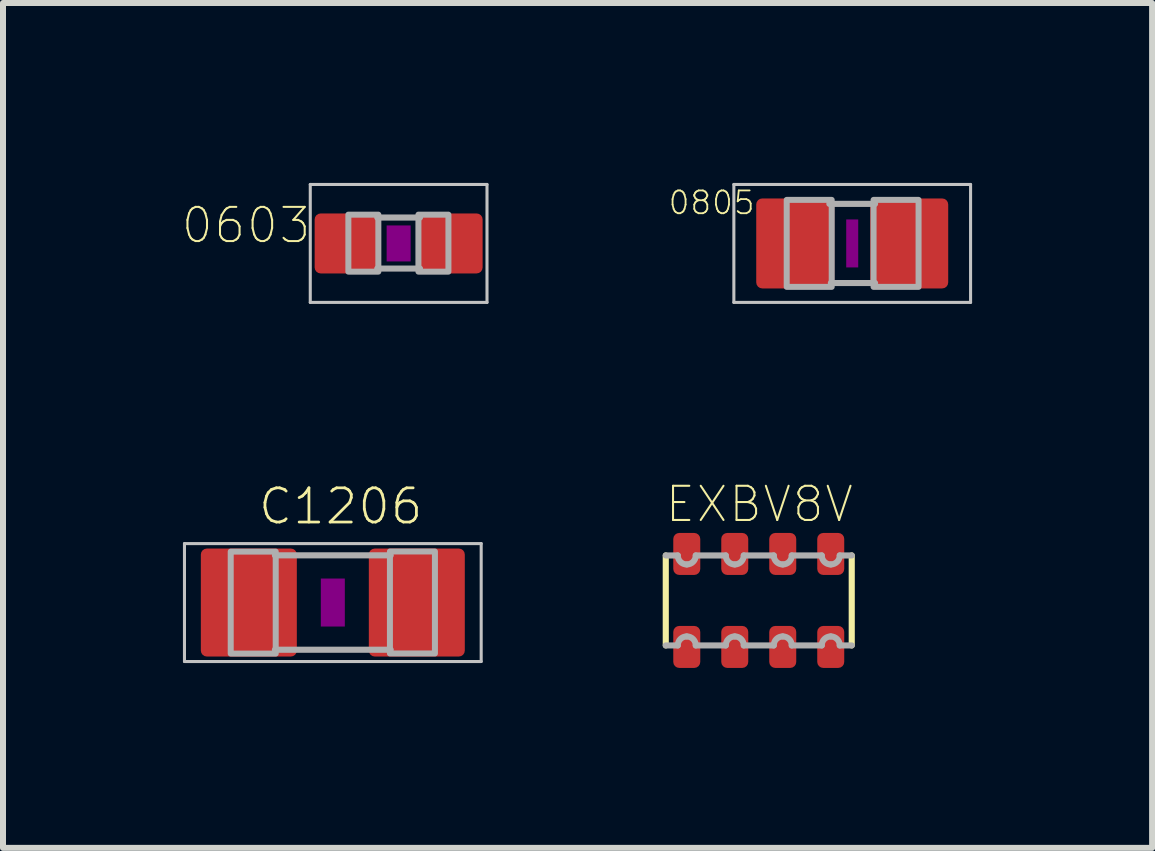
<source format=kicad_pcb>
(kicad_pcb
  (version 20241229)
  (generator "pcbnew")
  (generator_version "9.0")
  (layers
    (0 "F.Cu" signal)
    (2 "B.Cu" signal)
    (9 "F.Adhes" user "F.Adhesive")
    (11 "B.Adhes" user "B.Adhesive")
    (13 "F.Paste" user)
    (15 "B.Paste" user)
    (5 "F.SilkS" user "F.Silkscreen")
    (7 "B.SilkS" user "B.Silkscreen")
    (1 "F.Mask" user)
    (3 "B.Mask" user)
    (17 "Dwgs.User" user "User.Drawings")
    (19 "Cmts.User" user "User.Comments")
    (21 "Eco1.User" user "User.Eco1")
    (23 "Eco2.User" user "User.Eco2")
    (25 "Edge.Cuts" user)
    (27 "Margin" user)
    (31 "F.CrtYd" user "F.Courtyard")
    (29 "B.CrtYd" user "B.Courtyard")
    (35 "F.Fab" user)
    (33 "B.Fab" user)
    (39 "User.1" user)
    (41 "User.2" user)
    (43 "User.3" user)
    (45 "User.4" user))
  (footprint "C1206"
    (layer "F.Cu")
    (at 2.498 6.994)
    (property "Reference" "C1206" (at -1.27 -1.27 0) (layer "F.SilkS") (effects (font (size 0.57 0.57) (thickness 0.046)) (justify left bottom)))
    (attr through_hole)
    (fp_poly (pts (xy -0.2 0.4) (xy 0.2 0.4) (xy 0.2 -0.4) (xy -0.2 -0.4)) (stroke (width 0) (type solid)) (fill yes) (layer "F.Adhes"))
    (fp_line (start -2.473 -0.983) (end 2.473 -0.983) (stroke (width 0.051) (type solid)) (layer "Dwgs.User"))
    (fp_line (start -2.473 0.983) (end -2.473 -0.983) (stroke (width 0.051) (type solid)) (layer "Dwgs.User"))
    (fp_line (start 2.473 -0.983) (end 2.473 0.983) (stroke (width 0.051) (type solid)) (layer "Dwgs.User"))
    (fp_line (start 2.473 0.983) (end -2.473 0.983) (stroke (width 0.051) (type solid)) (layer "Dwgs.User"))
    (fp_line (start -0.965 -0.787) (end 0.965 -0.787) (stroke (width 0.102) (type solid)) (layer "F.Fab"))
    (fp_line (start -0.965 0.787) (end 0.965 0.787) (stroke (width 0.102) (type solid)) (layer "F.Fab"))
    (fp_poly (pts (xy -1.702 0.851) (xy -0.952 0.851) (xy -0.952 -0.849) (xy -1.702 -0.849)) (stroke (width 0.1) (type solid)) (fill no) (layer "F.Fab"))
    (fp_poly (pts (xy 0.952 0.849) (xy 1.702 0.849) (xy 1.702 -0.851) (xy 0.952 -0.851)) (stroke (width 0.1) (type solid)) (fill no) (layer "F.Fab"))
    (pad "1" smd roundrect (at -1.4 0) (size 1.6 1.8) (layers "F.Cu" "F.Mask" "F.Paste") (roundrect_rratio 0.062))
    (pad "2" smd roundrect (at 1.4 0) (size 1.6 1.8) (layers "F.Cu" "F.Mask" "F.Paste") (roundrect_rratio 0.062)))
  (footprint "EXBV8V"
    (layer "F.Cu")
    (at 9.598 6.959)
    (property "Reference" "EXBV8V" (at -1.587 -1.27 0) (layer "F.SilkS") (effects (font (size 0.57 0.57) (thickness 0.034)) (justify left bottom)))
    (attr through_hole)
    (fp_line (start -1.55 0.75) (end -1.55 -0.75) (stroke (width 0.102) (type solid)) (layer "F.SilkS"))
    (fp_line (start 1.55 -0.75) (end 1.55 0.75) (stroke (width 0.102) (type solid)) (layer "F.SilkS"))
    (fp_line (start -1.55 -0.75) (end -1.35 -0.75) (stroke (width 0.102) (type solid)) (layer "F.Fab"))
    (fp_line (start -1.35 0.75) (end -1.55 0.75) (stroke (width 0.102) (type solid)) (layer "F.Fab"))
    (fp_line (start -1.05 -0.75) (end -0.55 -0.75) (stroke (width 0.102) (type solid)) (layer "F.Fab"))
    (fp_line (start -0.55 0.75) (end -1.05 0.75) (stroke (width 0.102) (type solid)) (layer "F.Fab"))
    (fp_line (start -0.25 -0.75) (end 0.25 -0.75) (stroke (width 0.102) (type solid)) (layer "F.Fab"))
    (fp_line (start 0.25 0.75) (end -0.25 0.75) (stroke (width 0.102) (type solid)) (layer "F.Fab"))
    (fp_line (start 0.55 -0.75) (end 1.05 -0.75) (stroke (width 0.102) (type solid)) (layer "F.Fab"))
    (fp_line (start 1.05 0.75) (end 0.55 0.75) (stroke (width 0.102) (type solid)) (layer "F.Fab"))
    (fp_line (start 1.35 -0.75) (end 1.55 -0.75) (stroke (width 0.102) (type solid)) (layer "F.Fab"))
    (fp_line (start 1.55 0.75) (end 1.35 0.75) (stroke (width 0.102) (type solid)) (layer "F.Fab"))
    (fp_arc (start -1.35 0.75) (mid -1.306066 0.643934) (end -1.2 0.6) (stroke (width 0.1016) (type solid)) (layer "F.Fab"))
    (fp_arc (start -1.2 -0.6) (mid -1.306066 -0.643934) (end -1.35 -0.75) (stroke (width 0.1016) (type solid)) (layer "F.Fab"))
    (fp_arc (start -1.2 0.6) (mid -1.093934 0.643934) (end -1.05 0.75) (stroke (width 0.1016) (type solid)) (layer "F.Fab"))
    (fp_arc (start -1.05 -0.75) (mid -1.093934 -0.643934) (end -1.2 -0.6) (stroke (width 0.1016) (type solid)) (layer "F.Fab"))
    (fp_arc (start -0.55 0.75) (mid -0.506066 0.643934) (end -0.4 0.6) (stroke (width 0.1016) (type solid)) (layer "F.Fab"))
    (fp_arc (start -0.4 -0.6) (mid -0.506066 -0.643934) (end -0.55 -0.75) (stroke (width 0.1016) (type solid)) (layer "F.Fab"))
    (fp_arc (start -0.4 0.6) (mid -0.293934 0.643934) (end -0.25 0.75) (stroke (width 0.1016) (type solid)) (layer "F.Fab"))
    (fp_arc (start -0.25 -0.75) (mid -0.293934 -0.643934) (end -0.4 -0.6) (stroke (width 0.1016) (type solid)) (layer "F.Fab"))
    (fp_arc (start 0.25 0.75) (mid 0.293934 0.643934) (end 0.4 0.6) (stroke (width 0.1016) (type solid)) (layer "F.Fab"))
    (fp_arc (start 0.4 -0.6) (mid 0.293934 -0.643934) (end 0.25 -0.75) (stroke (width 0.1016) (type solid)) (layer "F.Fab"))
    (fp_arc (start 0.4 0.6) (mid 0.506066 0.643934) (end 0.55 0.75) (stroke (width 0.1016) (type solid)) (layer "F.Fab"))
    (fp_arc (start 0.55 -0.75) (mid 0.506066 -0.643934) (end 0.4 -0.6) (stroke (width 0.1016) (type solid)) (layer "F.Fab"))
    (fp_arc (start 1.05 0.75) (mid 1.093934 0.643934) (end 1.2 0.6) (stroke (width 0.1016) (type solid)) (layer "F.Fab"))
    (fp_arc (start 1.2 -0.6) (mid 1.093934 -0.643934) (end 1.05 -0.75) (stroke (width 0.1016) (type solid)) (layer "F.Fab"))
    (fp_arc (start 1.2 0.6) (mid 1.306066 0.643934) (end 1.35 0.75) (stroke (width 0.1016) (type solid)) (layer "F.Fab"))
    (fp_arc (start 1.35 -0.75) (mid 1.306066 -0.643934) (end 1.2 -0.6) (stroke (width 0.1016) (type solid)) (layer "F.Fab"))
    (pad "1" smd roundrect (at -1.2 0.775) (size 0.45 0.7) (layers "F.Cu" "F.Mask" "F.Paste") (roundrect_rratio 0.222))
    (pad "2" smd roundrect (at -0.4 0.775) (size 0.45 0.7) (layers "F.Cu" "F.Mask" "F.Paste") (roundrect_rratio 0.222))
    (pad "3" smd roundrect (at 0.4 0.775) (size 0.45 0.7) (layers "F.Cu" "F.Mask" "F.Paste") (roundrect_rratio 0.222))
    (pad "4" smd roundrect (at 1.2 0.775) (size 0.45 0.7) (layers "F.Cu" "F.Mask" "F.Paste") (roundrect_rratio 0.222))
    (pad "5" smd roundrect (at 1.2 -0.775 180) (size 0.45 0.7) (layers "F.Cu" "F.Mask" "F.Paste") (roundrect_rratio 0.222))
    (pad "6" smd roundrect (at 0.4 -0.775 180) (size 0.45 0.7) (layers "F.Cu" "F.Mask" "F.Paste") (roundrect_rratio 0.222))
    (pad "7" smd roundrect (at -0.4 -0.775 180) (size 0.45 0.7) (layers "F.Cu" "F.Mask" "F.Paste") (roundrect_rratio 0.222))
    (pad "8" smd roundrect (at -1.2 -0.775 180) (size 0.45 0.7) (layers "F.Cu" "F.Mask" "F.Paste") (roundrect_rratio 0.222)))
  (footprint "0805"
    (layer "F.Cu")
    (at 11.156 1.008)
    (property "Reference" "0805" (at -1.6 -0.9 180) (layer "F.SilkS") (effects (font (size 0.38 0.38) (thickness 0.03)) (justify right top)))
    (attr through_hole)
    (fp_poly (pts (xy -0.1 0.4) (xy 0.1 0.4) (xy 0.1 -0.4) (xy -0.1 -0.4)) (stroke (width 0) (type solid)) (fill yes) (layer "F.Adhes"))
    (fp_line (start -1.973 -0.983) (end 1.973 -0.983) (stroke (width 0.051) (type solid)) (layer "Dwgs.User"))
    (fp_line (start -1.973 0.983) (end -1.973 -0.983) (stroke (width 0.051) (type solid)) (layer "Dwgs.User"))
    (fp_line (start 1.973 -0.983) (end 1.973 0.983) (stroke (width 0.051) (type solid)) (layer "Dwgs.User"))
    (fp_line (start 1.973 0.983) (end -1.973 0.983) (stroke (width 0.051) (type solid)) (layer "Dwgs.User"))
    (fp_line (start -0.381 -0.66) (end 0.381 -0.66) (stroke (width 0.102) (type solid)) (layer "F.Fab"))
    (fp_line (start -0.356 0.66) (end 0.381 0.66) (stroke (width 0.102) (type solid)) (layer "F.Fab"))
    (fp_poly (pts (xy -1.092 0.724) (xy -0.342 0.724) (xy -0.342 -0.726) (xy -1.092 -0.726)) (stroke (width 0.1) (type solid)) (fill no) (layer "F.Fab"))
    (fp_poly (pts (xy 0.356 0.724) (xy 1.106 0.724) (xy 1.106 -0.726) (xy 0.356 -0.726)) (stroke (width 0.1) (type solid)) (fill no) (layer "F.Fab"))
    (pad "1" smd roundrect (at -0.95 0) (size 1.3 1.5) (layers "F.Cu" "F.Mask" "F.Paste") (roundrect_rratio 0.077))
    (pad "2" smd roundrect (at 0.95 0) (size 1.3 1.5) (layers "F.Cu" "F.Mask" "F.Paste") (roundrect_rratio 0.077)))
  (footprint "0603"
    (layer "F.Cu")
    (at 3.595 1.008)
    (property "Reference" "0603" (at -1.435 -0.635 180) (layer "F.SilkS") (effects (font (size 0.57 0.57) (thickness 0.034)) (justify right top)))
    (attr through_hole)
    (fp_poly (pts (xy -0.2 0.3) (xy 0.2 0.3) (xy 0.2 -0.3) (xy -0.2 -0.3)) (stroke (width 0) (type solid)) (fill yes) (layer "F.Adhes"))
    (fp_line (start -1.473 -0.983) (end 1.473 -0.983) (stroke (width 0.051) (type solid)) (layer "Dwgs.User"))
    (fp_line (start -1.473 0.983) (end -1.473 -0.983) (stroke (width 0.051) (type solid)) (layer "Dwgs.User"))
    (fp_line (start 1.473 -0.983) (end 1.473 0.983) (stroke (width 0.051) (type solid)) (layer "Dwgs.User"))
    (fp_line (start 1.473 0.983) (end -1.473 0.983) (stroke (width 0.051) (type solid)) (layer "Dwgs.User"))
    (fp_line (start -0.356 -0.432) (end 0.356 -0.432) (stroke (width 0.102) (type solid)) (layer "F.Fab"))
    (fp_line (start -0.356 0.419) (end 0.356 0.419) (stroke (width 0.102) (type solid)) (layer "F.Fab"))
    (fp_poly (pts (xy -0.838 0.47) (xy -0.338 0.47) (xy -0.338 -0.48) (xy -0.838 -0.48)) (stroke (width 0.1) (type solid)) (fill no) (layer "F.Fab"))
    (fp_poly (pts (xy 0.33 0.47) (xy 0.83 0.47) (xy 0.83 -0.48) (xy 0.33 -0.48)) (stroke (width 0.1) (type solid)) (fill no) (layer "F.Fab"))
    (pad "1" smd roundrect (at -0.85 0) (size 1.1 1) (layers "F.Cu" "F.Mask" "F.Paste") (roundrect_rratio 0.1))
    (pad "2" smd roundrect (at 0.85 0) (size 1.1 1) (layers "F.Cu" "F.Mask" "F.Paste") (roundrect_rratio 0.1)))
  (gr_rect
    (start -3 -3)
    (end 16.155 11.084)
    (stroke (width 0.1) (type default))
    (fill no)
    (layer "Edge.Cuts")))
</source>
